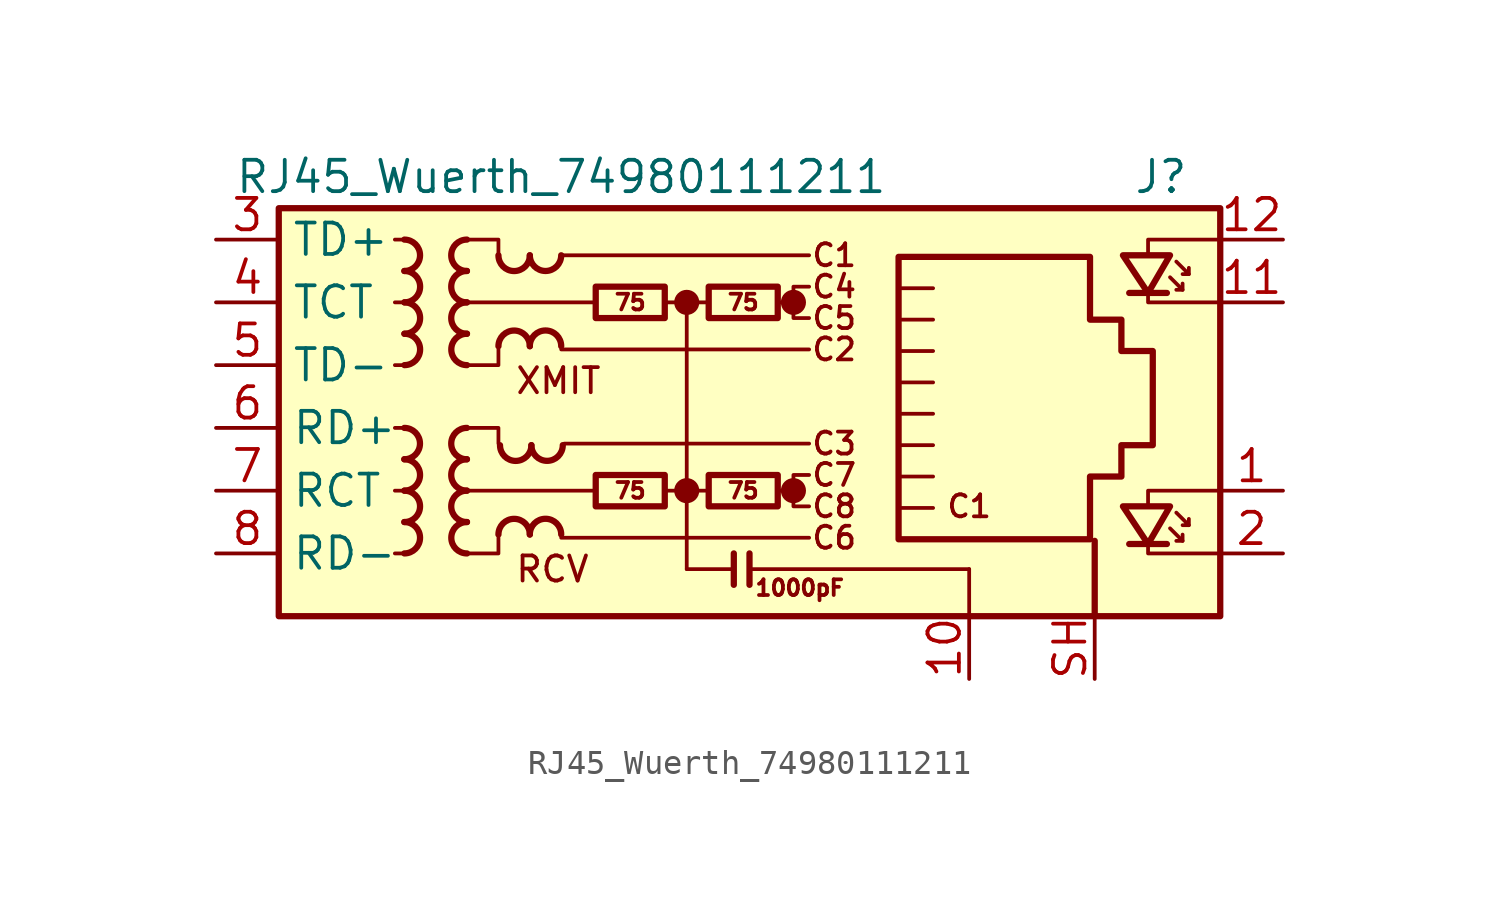
<source format=kicad_sym>
(kicad_symbol_lib
  (version 20220914)
  (generator kicad_symbol_editor)
  (symbol "RJ45_Wuerth_74980111211"
    (property "Reference" "J"
      (at 19.05 10.16 0)
      (effects (font (size 1.27 1.27)) (justify right)))
    (property "Value" "RJ45_Wuerth_74980111211"
      (at -6.35 10.16 0)
      (effects (font (size 1.27 1.27))))
    (symbol "RJ45_Wuerth_74980111211_0_0"
      (circle (center -1.27 -2.54) (radius 0.0001) (stroke (width 0.508) (type default)) (fill (type none)))
      (circle (center -1.27 5.08) (radius 0.0001) (stroke (width 0.508) (type default)) (fill (type none)))
      (polyline (pts (xy -1.27 5.08) (xy -1.27 -5.715)) (stroke (width 0) (type default)) (fill (type none)))
      (polyline (pts (xy 0.635 -5.08) (xy 0.635 -6.35)) (stroke (width 0.254) (type default)) (fill (type none)))
      (polyline (pts (xy 1.27 -5.08) (xy 1.27 -6.35)) (stroke (width 0.254) (type default)) (fill (type none)))
      (polyline (pts (xy 3.048 -2.54) (xy 2.54 -2.54)) (stroke (width 0) (type default)) (fill (type none)))
      (polyline (pts (xy 3.048 5.08) (xy 2.54 5.08)) (stroke (width 0) (type default)) (fill (type none)))
      (polyline (pts (xy 17.399 -3.175) (xy 17.399 -2.54) (xy 20.32 -2.54)) (stroke (width 0) (type default)) (fill (type none)))
      (polyline (pts (xy 17.399 6.985) (xy 17.399 7.62) (xy 20.32 7.62)) (stroke (width 0) (type default)) (fill (type none)))
      (polyline (pts (xy 20.32 -5.08) (xy 17.399 -5.08) (xy 17.399 -4.572)) (stroke (width 0) (type default)) (fill (type none)))
      (polyline (pts (xy 20.32 5.08) (xy 17.399 5.08) (xy 17.399 5.588)) (stroke (width 0) (type default)) (fill (type none)))
      (polyline (pts (xy 3.683 -1.905) (xy 3.048 -1.905) (xy 3.048 -3.175) (xy 3.683 -3.175)) (stroke (width 0) (type default)) (fill (type none)))
      (polyline (pts (xy 3.683 5.715) (xy 3.048 5.715) (xy 3.048 4.445) (xy 3.683 4.445)) (stroke (width 0) (type default)) (fill (type none)))
      (circle (center 3.048 -2.54) (radius 0.0001) (stroke (width 0.508) (type default)) (fill (type none)))
      (circle (center 3.048 5.08) (radius 0.0001) (stroke (width 0.508) (type default)) (fill (type none)))
      (text "C1" (at 4.699 6.985 0) (effects (font (size 0.889 0.889))))
      (text "C1" (at 10.16 -3.175 0) (effects (font (size 0.889 0.889))))
      (text "C2" (at 4.699 3.175 0) (effects (font (size 0.889 0.889))))
      (text "C3" (at 4.699 -0.635 0) (effects (font (size 0.889 0.889))))
      (text "C4" (at 4.699 5.715 0) (effects (font (size 0.889 0.889))))
      (text "C5" (at 4.699 4.445 0) (effects (font (size 0.889 0.889))))
      (text "C6" (at 4.699 -4.445 0) (effects (font (size 0.889 0.889))))
      (text "C7" (at 4.699 -1.905 0) (effects (font (size 0.889 0.889))))
      (text "C8" (at 4.699 -3.175 0) (effects (font (size 0.889 0.889))))
      (text "RCV" (at -8.255 -5.715 0) (effects (font (size 1.016 1.016)) (justify left)))
      (text "XMIT" (at -8.255 1.905 0) (effects (font (size 1.016 1.016)) (justify left))))
    (symbol "RJ45_Wuerth_74980111211_0_1"
      (rectangle (start -17.78 8.89) (end 20.32 -7.62) (stroke (width 0.254) (type default)) (fill (type background)))
      (polyline (pts (xy -12.7 -5.08) (xy -13.081 -5.08)) (stroke (width 0) (type default)) (fill (type none)))
      (polyline (pts (xy -12.7 -2.54) (xy -13.081 -2.54)) (stroke (width 0) (type default)) (fill (type none)))
      (polyline (pts (xy -12.7 0) (xy -13.081 0)) (stroke (width 0) (type default)) (fill (type none)))
      (polyline (pts (xy -12.7 2.54) (xy -13.081 2.54)) (stroke (width 0) (type default)) (fill (type none)))
      (polyline (pts (xy -12.7 5.08) (xy -13.081 5.08)) (stroke (width 0) (type default)) (fill (type none)))
      (polyline (pts (xy -12.7 7.62) (xy -13.081 7.62)) (stroke (width 0) (type default)) (fill (type none)))
      (polyline (pts (xy -6.35 -4.445) (xy 3.683 -4.445)) (stroke (width 0) (type default)) (fill (type none)))
      (polyline (pts (xy -6.35 3.175) (xy 3.683 3.175)) (stroke (width 0) (type default)) (fill (type none)))
      (polyline (pts (xy -6.35 6.985) (xy 3.683 6.985)) (stroke (width 0) (type default)) (fill (type none)))
      (polyline (pts (xy -6.223 -0.635) (xy 3.683 -0.635)) (stroke (width 0) (type default)) (fill (type none)))
      (polyline (pts (xy -5.08 -2.54) (xy -10.16 -2.54)) (stroke (width 0) (type default)) (fill (type none)))
      (polyline (pts (xy -4.953 5.08) (xy -10.16 5.08)) (stroke (width 0) (type default)) (fill (type none)))
      (polyline (pts (xy -2.159 -2.54) (xy -0.381 -2.54)) (stroke (width 0) (type default)) (fill (type none)))
      (polyline (pts (xy -2.159 5.08) (xy -0.381 5.08)) (stroke (width 0) (type default)) (fill (type none)))
      (polyline (pts (xy 0.635 -5.715) (xy -1.27 -5.715)) (stroke (width 0) (type default)) (fill (type none)))
      (polyline (pts (xy 7.429 -1.968) (xy 8.7 -1.968)) (stroke (width 0) (type default)) (fill (type none)))
      (polyline (pts (xy 7.429 -0.699) (xy 8.7 -0.699)) (stroke (width 0) (type default)) (fill (type none)))
      (polyline (pts (xy 7.429 0.572) (xy 8.7 0.572)) (stroke (width 0) (type default)) (fill (type none)))
      (polyline (pts (xy 7.429 1.841) (xy 8.7 1.841)) (stroke (width 0) (type default)) (fill (type none)))
      (polyline (pts (xy 7.429 3.111) (xy 8.7 3.111)) (stroke (width 0) (type default)) (fill (type none)))
      (polyline (pts (xy 8.7 -3.239) (xy 7.429 -3.239)) (stroke (width 0) (type default)) (fill (type none)))
      (polyline (pts (xy 8.7 4.381) (xy 7.429 4.381)) (stroke (width 0) (type default)) (fill (type none)))
      (polyline (pts (xy 8.7 5.652) (xy 7.429 5.652)) (stroke (width 0) (type default)) (fill (type none)))
      (polyline (pts (xy 10.16 -5.715) (xy 1.27 -5.715)) (stroke (width 0) (type default)) (fill (type none)))
      (polyline (pts (xy 10.16 -5.715) (xy 10.16 -7.62)) (stroke (width 0) (type default)) (fill (type none)))
      (polyline (pts (xy -10.16 0) (xy -8.89 0) (xy -8.89 -0.635)) (stroke (width 0) (type default)) (fill (type none)))
      (polyline (pts (xy -10.16 7.62) (xy -8.89 7.62) (xy -8.89 6.985)) (stroke (width 0) (type default)) (fill (type none)))
      (polyline (pts (xy -8.89 -4.445) (xy -8.89 -5.08) (xy -10.16 -5.08)) (stroke (width 0) (type default)) (fill (type none)))
      (polyline (pts (xy -8.89 3.175) (xy -8.89 2.54) (xy -10.16 2.54)) (stroke (width 0) (type default)) (fill (type none))))
    (symbol "RJ45_Wuerth_74980111211_1_0"
      (text "1000pF" (at 3.302 -6.477 0) (effects (font (size 0.635 0.635)))))
    (symbol "RJ45_Wuerth_74980111211_1_1"
      (arc (start -12.7 -1.27) (mid -12.0677 -0.635) (end -12.7 0) (stroke (width 0.254) (type default)) (fill (type none)))
      (arc (start -12.6973 -5.08) (mid -12.065 -4.445) (end -12.6973 -3.81) (stroke (width 0.254) (type default)) (fill (type none)))
      (arc (start -12.6973 -3.81) (mid -12.065 -3.175) (end -12.6973 -2.54) (stroke (width 0.254) (type default)) (fill (type none)))
      (arc (start -12.6973 -2.54) (mid -12.065 -1.905) (end -12.6973 -1.27) (stroke (width 0.254) (type default)) (fill (type none)))
      (arc (start -12.6973 6.35) (mid -12.065 6.985) (end -12.6973 7.62) (stroke (width 0.254) (type default)) (fill (type none)))
      (arc (start -12.6946 2.54) (mid -12.0623 3.175) (end -12.6946 3.81) (stroke (width 0.254) (type default)) (fill (type none)))
      (arc (start -12.6946 3.81) (mid -12.0623 4.445) (end -12.6946 5.08) (stroke (width 0.254) (type default)) (fill (type none)))
      (arc (start -12.6946 5.08) (mid -12.0623 5.715) (end -12.6946 6.35) (stroke (width 0.254) (type default)) (fill (type none)))
      (arc (start -10.1654 -2.54) (mid -10.7977 -3.175) (end -10.1654 -3.81) (stroke (width 0.254) (type default)) (fill (type none)))
      (arc (start -10.1654 -1.27) (mid -10.7977 -1.905) (end -10.1654 -2.54) (stroke (width 0.254) (type default)) (fill (type none)))
      (arc (start -10.1654 0) (mid -10.7977 -0.635) (end -10.1654 -1.27) (stroke (width 0.254) (type default)) (fill (type none)))
      (arc (start -10.1654 5.08) (mid -10.7977 4.445) (end -10.1654 3.81) (stroke (width 0.254) (type default)) (fill (type none)))
      (arc (start -10.1654 6.35) (mid -10.7977 5.715) (end -10.1654 5.08) (stroke (width 0.254) (type default)) (fill (type none)))
      (arc (start -10.1654 7.62) (mid -10.7977 6.985) (end -10.1654 6.35) (stroke (width 0.254) (type default)) (fill (type none)))
      (arc (start -10.1627 -3.81) (mid -10.795 -4.445) (end -10.1627 -5.08) (stroke (width 0.254) (type default)) (fill (type none)))
      (arc (start -10.1627 3.81) (mid -10.795 3.175) (end -10.1627 2.54) (stroke (width 0.254) (type default)) (fill (type none)))
      (arc (start -8.89 6.9823) (mid -8.255 6.35) (end -7.62 6.9823) (stroke (width 0.254) (type default)) (fill (type none)))
      (arc (start -8.8265 -0.7012) (mid -8.1915 -1.3335) (end -7.5565 -0.7012) (stroke (width 0.254) (type default)) (fill (type none)))
      (arc (start -7.62 -4.3153) (mid -8.255 -3.683) (end -8.89 -4.3153) (stroke (width 0.254) (type default)) (fill (type none)))
      (arc (start -7.62 3.3047) (mid -8.255 3.937) (end -8.89 3.3047) (stroke (width 0.254) (type default)) (fill (type none)))
      (arc (start -7.62 6.985) (mid -6.985 6.3527) (end -6.35 6.985) (stroke (width 0.254) (type default)) (fill (type none)))
      (arc (start -7.5565 -0.6985) (mid -6.9215 -1.3308) (end -6.2865 -0.6985) (stroke (width 0.254) (type default)) (fill (type none)))
      (arc (start -6.35 -4.3126) (mid -6.985 -3.6803) (end -7.62 -4.3126) (stroke (width 0.254) (type default)) (fill (type none)))
      (arc (start -6.35 3.3074) (mid -6.985 3.9397) (end -7.62 3.3074) (stroke (width 0.254) (type default)) (fill (type none)))
      (rectangle (start -4.953 -1.905) (end -2.159 -3.175) (stroke (width 0.254) (type default)) (fill (type none)))
      (rectangle (start -4.953 5.715) (end -2.159 4.445) (stroke (width 0.254) (type default)) (fill (type none)))
      (rectangle (start -0.381 -1.905) (end 2.413 -3.175) (stroke (width 0.254) (type default)) (fill (type none)))
      (rectangle (start -0.381 5.715) (end 2.413 4.445) (stroke (width 0.254) (type default)) (fill (type none)))
      (polyline (pts (xy 15.24 -7.62) (xy 15.24 -4.572)) (stroke (width 0.254) (type default)) (fill (type none)))
      (polyline (pts (xy 18.161 -4.699) (xy 16.637 -4.699)) (stroke (width 0.254) (type default)) (fill (type none)))
      (polyline (pts (xy 18.161 5.461) (xy 16.637 5.461)) (stroke (width 0.254) (type default)) (fill (type none)))
      (polyline (pts (xy 18.796 -4.572) (xy 18.796 -4.318)) (stroke (width 0) (type default)) (fill (type none)))
      (polyline (pts (xy 18.796 5.588) (xy 18.796 5.842)) (stroke (width 0) (type default)) (fill (type none)))
      (polyline (pts (xy 19.05 -3.937) (xy 19.05 -3.683)) (stroke (width 0) (type default)) (fill (type none)))
      (polyline (pts (xy 19.05 6.223) (xy 19.05 6.477)) (stroke (width 0) (type default)) (fill (type none)))
      (polyline (pts (xy 18.288 -4.064) (xy 18.796 -4.572) (xy 18.542 -4.572)) (stroke (width 0) (type default)) (fill (type none)))
      (polyline (pts (xy 18.288 6.096) (xy 18.796 5.588) (xy 18.542 5.588)) (stroke (width 0) (type default)) (fill (type none)))
      (polyline (pts (xy 18.542 -3.429) (xy 19.05 -3.937) (xy 18.796 -3.937)) (stroke (width 0) (type default)) (fill (type none)))
      (polyline (pts (xy 18.542 6.731) (xy 19.05 6.223) (xy 18.796 6.223)) (stroke (width 0) (type default)) (fill (type none)))
      (polyline (pts (xy 18.288 -3.175) (xy 16.383 -3.175) (xy 17.399 -4.699) (xy 18.288 -3.175)) (stroke (width 0.254) (type default)) (fill (type none)))
      (polyline (pts (xy 18.288 6.985) (xy 16.383 6.985) (xy 17.399 5.461) (xy 18.288 6.985)) (stroke (width 0.254) (type default)) (fill (type none)))
      (polyline (pts (xy 7.303 -4.508) (xy 7.303 6.921) (xy 15.05 6.921) (xy 15.05 4.381) (xy 16.32 4.381) (xy 16.32 3.111) (xy 17.59 3.111) (xy 17.59 -0.699) (xy 16.32 -0.699) (xy 16.32 -1.968) (xy 15.05 -1.968) (xy 15.05 -4.508) (xy 7.303 -4.508)) (stroke (width 0.254) (type default)) (fill (type none)))
      (text "75" (at -3.556 -2.54 0) (effects (font (size 0.635 0.635))))
      (text "75" (at -3.556 5.08 0) (effects (font (size 0.635 0.635))))
      (text "75" (at 1.016 -2.54 0) (effects (font (size 0.635 0.635))))
      (text "75" (at 1.016 5.08 0) (effects (font (size 0.635 0.635))))
      (pin passive line (at 22.86 -2.54 180) (length 2.54) (name "" (effects (font (size 1.27 1.27)))) (number "1" (effects (font (size 1.27 1.27)))))
      (pin power_in line (at 10.16 -10.16 90) (length 2.54) (name "" (effects (font (size 1.27 1.27)))) (number "10" (effects (font (size 1.27 1.27)))))
      (pin passive line (at 22.86 5.08 180) (length 2.54) (name "" (effects (font (size 1.27 1.27)))) (number "11" (effects (font (size 1.27 1.27)))))
      (pin passive line (at 22.86 7.62 180) (length 2.54) (name "" (effects (font (size 1.27 1.27)))) (number "12" (effects (font (size 1.27 1.27)))))
      (pin passive line (at 22.86 -5.08 180) (length 2.54) (name "" (effects (font (size 1.27 1.27)))) (number "2" (effects (font (size 1.27 1.27)))))
      (pin passive line (at -20.32 7.62 0) (length 2.54) (name "TD+" (effects (font (size 1.27 1.27)))) (number "3" (effects (font (size 1.27 1.27)))))
      (pin passive line (at -20.32 5.08 0) (length 2.54) (name "TCT" (effects (font (size 1.27 1.27)))) (number "4" (effects (font (size 1.27 1.27)))))
      (pin passive line (at -20.32 2.54 0) (length 2.54) (name "TD-" (effects (font (size 1.27 1.27)))) (number "5" (effects (font (size 1.27 1.27)))))
      (pin passive line (at -20.32 0 0) (length 2.54) (name "RD+" (effects (font (size 1.27 1.27)))) (number "6" (effects (font (size 1.27 1.27)))))
      (pin passive line (at -20.32 -2.54 0) (length 2.54) (name "RCT" (effects (font (size 1.27 1.27)))) (number "7" (effects (font (size 1.27 1.27)))))
      (pin passive line (at -20.32 -5.08 0) (length 2.54) (name "RD-" (effects (font (size 1.27 1.27)))) (number "8" (effects (font (size 1.27 1.27)))))
      (pin no_connect line (at 20.32 0 0) (length 0) hide (name "NC" (effects (font (size 1.27 1.27)))) (number "9" (effects (font (size 1.27 1.27)))))
      (pin passive line (at 15.24 -10.16 90) (length 2.54) (name "" (effects (font (size 1.27 1.27)))) (number "SH" (effects (font (size 1.27 1.27))))))))
</source>
